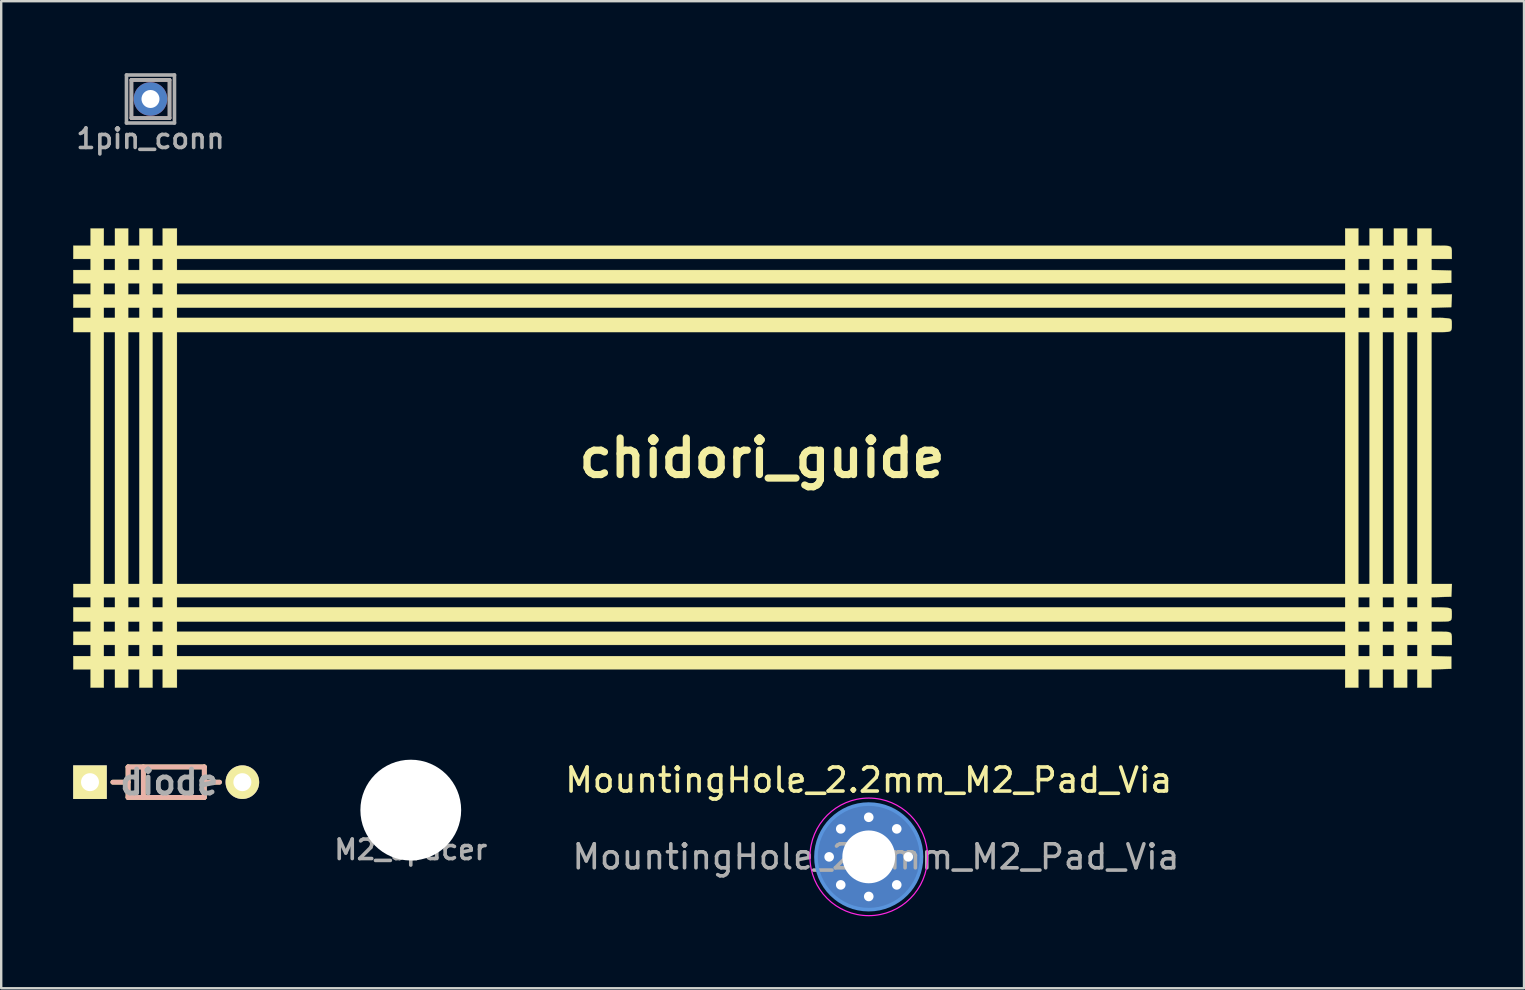
<source format=kicad_pcb>
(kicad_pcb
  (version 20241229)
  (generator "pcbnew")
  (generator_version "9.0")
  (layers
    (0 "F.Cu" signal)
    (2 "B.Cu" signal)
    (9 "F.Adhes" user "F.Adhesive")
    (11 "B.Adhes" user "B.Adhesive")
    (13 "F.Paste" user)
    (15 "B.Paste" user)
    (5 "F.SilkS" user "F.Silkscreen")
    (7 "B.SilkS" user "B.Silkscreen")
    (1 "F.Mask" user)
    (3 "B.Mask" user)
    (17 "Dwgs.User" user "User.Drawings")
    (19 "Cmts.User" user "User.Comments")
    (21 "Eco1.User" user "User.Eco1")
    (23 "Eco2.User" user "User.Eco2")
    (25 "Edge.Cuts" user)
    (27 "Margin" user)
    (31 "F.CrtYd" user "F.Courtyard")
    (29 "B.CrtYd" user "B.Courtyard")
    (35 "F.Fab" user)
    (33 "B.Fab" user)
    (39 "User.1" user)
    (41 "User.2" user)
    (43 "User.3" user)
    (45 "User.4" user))
  (footprint "1pin_conn"
    (layer "F.Cu")
    (at 3.221 1.075)
    (property "Reference" "1pin_conn" (at 0 1.651 0) (layer "F.Fab") (effects (font (size 0.813 0.813) (thickness 0.15))))
    (attr through_hole)
    (fp_line (start -0.794 -0.794) (end -0.794 0.794) (stroke (width 0.15) (type solid)) (layer "B.SilkS"))
    (fp_line (start -0.794 0.794) (end 0.794 0.794) (stroke (width 0.15) (type solid)) (layer "B.SilkS"))
    (fp_line (start 0.794 -0.794) (end -0.794 -0.794) (stroke (width 0.15) (type solid)) (layer "B.SilkS"))
    (fp_line (start 0.794 0.794) (end 0.794 -0.794) (stroke (width 0.15) (type solid)) (layer "B.SilkS"))
    (fp_line (start -1 -1) (end -1 1) (stroke (width 0.15) (type solid)) (layer "F.Fab"))
    (fp_line (start -1 1) (end 1 1) (stroke (width 0.15) (type solid)) (layer "F.Fab"))
    (fp_line (start -0.794 -0.794) (end 0.794 -0.794) (stroke (width 0.15) (type solid)) (layer "F.Fab"))
    (fp_line (start -0.794 0.794) (end -0.794 -0.794) (stroke (width 0.15) (type solid)) (layer "F.Fab"))
    (fp_line (start 0.794 -0.794) (end 0.794 0.794) (stroke (width 0.15) (type solid)) (layer "F.Fab"))
    (fp_line (start 0.794 0.794) (end -0.794 0.794) (stroke (width 0.15) (type solid)) (layer "F.Fab"))
    (fp_line (start 1 -1) (end -1 -1) (stroke (width 0.15) (type solid)) (layer "F.Fab"))
    (fp_line (start 1 1) (end 1 -1) (stroke (width 0.15) (type solid)) (layer "F.Fab"))
    (pad "1" thru_hole circle (at 0 0) (size 1.4 1.4) (drill 0.75) (layers "*.Cu" "*.Mask")))
  (footprint "MountingHole_2.2mm_M2_Pad_Via"
    (layer "F.Cu")
    (at 33.153 32.658)
    (property "Reference" "MountingHole_2.2mm_M2_Pad_Via" (at 0 -3.2 0) (layer "F.SilkS") (effects (font (size 1 1) (thickness 0.15))))
    (attr exclude_from_pos_files exclude_from_bom)
    (fp_circle (center 0 0) (end 2.2 0) (stroke (width 0.15) (type solid)) (fill no) (layer "Cmts.User"))
    (fp_circle (center 0 0) (end 2.45 0) (stroke (width 0.05) (type solid)) (fill no) (layer "F.CrtYd"))
    (fp_text user "${REFERENCE}" (at 0.3 0 0) (layer "F.Fab") (effects (font (size 1 1) (thickness 0.15))))
    (pad "1" thru_hole circle (at -1.65 0) (size 0.7 0.7) (drill 0.4) (layers "*.Cu" "*.Mask"))
    (pad "1" thru_hole circle (at -1.167 -1.167) (size 0.7 0.7) (drill 0.4) (layers "*.Cu" "*.Mask"))
    (pad "1" thru_hole circle (at -1.167 1.167) (size 0.7 0.7) (drill 0.4) (layers "*.Cu" "*.Mask"))
    (pad "1" thru_hole circle (at 0 -1.65) (size 0.7 0.7) (drill 0.4) (layers "*.Cu" "*.Mask"))
    (pad "1" thru_hole circle (at 0 0) (size 4.4 4.4) (drill 2.2) (layers "*.Cu" "*.Mask"))
    (pad "1" thru_hole circle (at 0 1.65) (size 0.7 0.7) (drill 0.4) (layers "*.Cu" "*.Mask"))
    (pad "1" thru_hole circle (at 1.167 -1.167) (size 0.7 0.7) (drill 0.4) (layers "*.Cu" "*.Mask"))
    (pad "1" thru_hole circle (at 1.167 1.167) (size 0.7 0.7) (drill 0.4) (layers "*.Cu" "*.Mask"))
    (pad "1" thru_hole circle (at 1.65 0) (size 0.7 0.7) (drill 0.4) (layers "*.Cu" "*.Mask")))
  (footprint "chidori_guide"
    (layer "F.Cu")
    (at 28.707 16.037)
    (property "Reference" "chidori_guide" (at 0 0 0) (layer "F.SilkS") (effects (font (size 1.524 1.524) (thickness 0.3))))
    (attr through_hole)
    (fp_poly (pts (xy -27.432 -8.848) (xy -26.966 -8.848) (xy -26.966 -9.567) (xy -26.416 -9.567) (xy -26.416 -8.848) (xy -25.95 -8.848) (xy -25.95 -9.567) (xy -25.4 -9.567) (xy -25.4 -8.848) (xy -24.977 -8.848) (xy -24.977 -9.567) (xy -24.384 -9.567) (xy -24.384 -8.848) (xy 24.299 -8.848) (xy 24.299 -9.567) (xy 24.85 -9.567) (xy 24.85 -8.848) (xy 25.315 -8.848) (xy 25.315 -9.567) (xy 25.866 -9.567) (xy 25.866 -8.848) (xy 26.331 -8.848) (xy 26.331 -9.567) (xy 26.882 -9.567) (xy 26.882 -8.848) (xy 27.305 -8.848) (xy 27.305 -9.567) (xy 27.898 -9.567) (xy 27.898 -8.848) (xy 28.254 -8.848) (xy 28.464 -8.846) (xy 28.603 -8.835) (xy 28.686 -8.807) (xy 28.728 -8.751) (xy 28.743 -8.66) (xy 28.744 -8.547) (xy 28.744 -8.297) (xy 27.898 -8.297) (xy 27.898 -7.835) (xy 28.31 -7.823) (xy 28.723 -7.811) (xy 28.723 -7.303) (xy 27.898 -7.278) (xy 27.898 -6.816) (xy 28.748 -6.816) (xy 28.736 -6.551) (xy 28.723 -6.287) (xy 27.898 -6.262) (xy 27.898 -5.842) (xy 28.189 -5.842) (xy 28.36 -5.838) (xy 28.516 -5.828) (xy 28.612 -5.816) (xy 28.686 -5.796) (xy 28.726 -5.762) (xy 28.742 -5.69) (xy 28.744 -5.558) (xy 28.744 -5.545) (xy 28.742 -5.419) (xy 28.724 -5.335) (xy 28.677 -5.284) (xy 28.586 -5.259) (xy 28.436 -5.25) (xy 28.254 -5.249) (xy 27.898 -5.249) (xy 27.898 5.249) (xy 28.748 5.249) (xy 28.736 5.514) (xy 28.723 5.779) (xy 27.898 5.803) (xy 27.898 6.223) (xy 28.189 6.223) (xy 28.36 6.227) (xy 28.516 6.237) (xy 28.612 6.249) (xy 28.686 6.269) (xy 28.726 6.303) (xy 28.742 6.375) (xy 28.744 6.507) (xy 28.744 6.52) (xy 28.742 6.646) (xy 28.724 6.73) (xy 28.677 6.781) (xy 28.586 6.806) (xy 28.436 6.815) (xy 28.254 6.816) (xy 27.898 6.816) (xy 27.898 7.239) (xy 28.254 7.239) (xy 28.464 7.241) (xy 28.603 7.251) (xy 28.686 7.28) (xy 28.728 7.335) (xy 28.743 7.426) (xy 28.744 7.54) (xy 28.744 7.789) (xy 27.898 7.789) (xy 27.898 8.252) (xy 28.31 8.264) (xy 28.723 8.276) (xy 28.723 8.784) (xy 27.898 8.808) (xy 27.898 9.567) (xy 27.305 9.567) (xy 27.305 8.805) (xy 26.882 8.805) (xy 26.882 9.567) (xy 26.331 9.567) (xy 26.331 8.805) (xy 25.866 8.805) (xy 25.866 9.567) (xy 25.315 9.567) (xy 25.315 8.805) (xy 24.85 8.805) (xy 24.85 9.567) (xy 24.299 9.567) (xy 24.299 8.805) (xy -24.384 8.805) (xy -24.384 9.567) (xy -24.977 9.567) (xy -24.977 8.805) (xy -25.4 8.805) (xy -25.4 9.567) (xy -25.95 9.567) (xy -25.95 8.805) (xy -26.416 8.805) (xy -26.416 9.567) (xy -26.966 9.567) (xy -26.966 8.805) (xy -27.432 8.805) (xy -27.432 9.567) (xy -27.982 9.567) (xy -27.982 8.805) (xy -28.702 8.805) (xy -28.702 8.255) (xy -27.982 8.255) (xy -27.982 7.789) (xy -27.432 7.789) (xy -27.432 8.255) (xy -26.966 8.255) (xy -26.966 7.789) (xy -26.416 7.789) (xy -26.416 8.255) (xy -25.95 8.255) (xy -25.95 7.789) (xy -25.4 7.789) (xy -25.4 8.255) (xy -24.977 8.255) (xy -24.977 7.789) (xy -24.384 7.789) (xy -24.384 8.255) (xy 24.299 8.255) (xy 24.299 7.789) (xy 24.85 7.789) (xy 24.85 8.255) (xy 25.315 8.255) (xy 25.315 7.789) (xy 25.866 7.789) (xy 25.866 8.255) (xy 26.331 8.255) (xy 26.331 7.789) (xy 26.882 7.789) (xy 26.882 8.255) (xy 27.305 8.255) (xy 27.305 7.789) (xy 26.882 7.789) (xy 26.331 7.789) (xy 25.866 7.789) (xy 25.315 7.789) (xy 24.85 7.789) (xy 24.299 7.789) (xy -24.384 7.789) (xy -24.977 7.789) (xy -25.4 7.789) (xy -25.95 7.789) (xy -26.416 7.789) (xy -26.966 7.789) (xy -27.432 7.789) (xy -27.982 7.789) (xy -28.702 7.789) (xy -28.702 7.239) (xy -27.982 7.239) (xy -27.982 6.816) (xy -27.432 6.816) (xy -27.432 7.239) (xy -26.966 7.239) (xy -26.966 6.816) (xy -26.416 6.816) (xy -26.416 7.239) (xy -25.95 7.239) (xy -25.95 6.816) (xy -25.4 6.816) (xy -25.4 7.239) (xy -24.977 7.239) (xy -24.977 6.816) (xy -24.384 6.816) (xy -24.384 7.239) (xy 24.299 7.239) (xy 24.299 6.816) (xy 24.85 6.816) (xy 24.85 7.239) (xy 25.315 7.239) (xy 25.315 6.816) (xy 25.866 6.816) (xy 25.866 7.239) (xy 26.331 7.239) (xy 26.331 6.816) (xy 26.882 6.816) (xy 26.882 7.239) (xy 27.305 7.239) (xy 27.305 6.816) (xy 26.882 6.816) (xy 26.331 6.816) (xy 25.866 6.816) (xy 25.315 6.816) (xy 24.85 6.816) (xy 24.299 6.816) (xy -24.384 6.816) (xy -24.977 6.816) (xy -25.4 6.816) (xy -25.95 6.816) (xy -26.416 6.816) (xy -26.966 6.816) (xy -27.432 6.816) (xy -27.982 6.816) (xy -28.702 6.816) (xy -28.702 6.223) (xy -27.982 6.223) (xy -27.982 5.8) (xy -27.432 5.8) (xy -27.432 6.223) (xy -26.966 6.223) (xy -26.966 5.8) (xy -26.416 5.8) (xy -26.416 6.223) (xy -25.95 6.223) (xy -25.95 5.8) (xy -25.4 5.8) (xy -25.4 6.223) (xy -24.977 6.223) (xy -24.977 5.8) (xy -24.384 5.8) (xy -24.384 6.223) (xy 24.299 6.223) (xy 24.299 5.8) (xy 24.85 5.8) (xy 24.85 6.223) (xy 25.315 6.223) (xy 25.315 5.8) (xy 25.866 5.8) (xy 25.866 6.223) (xy 26.331 6.223) (xy 26.331 5.8) (xy 26.882 5.8) (xy 26.882 6.223) (xy 27.305 6.223) (xy 27.305 5.8) (xy 26.882 5.8) (xy 26.331 5.8) (xy 25.866 5.8) (xy 25.315 5.8) (xy 24.85 5.8) (xy 24.299 5.8) (xy -24.384 5.8) (xy -24.977 5.8) (xy -25.4 5.8) (xy -25.95 5.8) (xy -26.416 5.8) (xy -26.966 5.8) (xy -27.432 5.8) (xy -27.982 5.8) (xy -28.702 5.8) (xy -28.702 5.249) (xy -27.982 5.249) (xy -27.982 -5.249) (xy -27.432 -5.249) (xy -27.432 5.249) (xy -26.966 5.249) (xy -26.966 -5.249) (xy -26.416 -5.249) (xy -26.416 5.249) (xy -25.95 5.249) (xy -25.95 -5.249) (xy -25.4 -5.249) (xy -25.4 5.249) (xy -24.977 5.249) (xy -24.977 -5.249) (xy -24.384 -5.249) (xy -24.384 5.249) (xy 24.299 5.249) (xy 24.299 -5.249) (xy 24.85 -5.249) (xy 24.85 5.249) (xy 25.315 5.249) (xy 25.315 -5.249) (xy 25.866 -5.249) (xy 25.866 5.249) (xy 26.331 5.249) (xy 26.331 -5.249) (xy 26.882 -5.249) (xy 26.882 5.249) (xy 27.305 5.249) (xy 27.305 -5.249) (xy 26.882 -5.249) (xy 26.331 -5.249) (xy 25.866 -5.249) (xy 25.315 -5.249) (xy 24.85 -5.249) (xy 24.299 -5.249) (xy -24.384 -5.249) (xy -24.977 -5.249) (xy -25.4 -5.249) (xy -25.95 -5.249) (xy -26.416 -5.249) (xy -26.966 -5.249) (xy -27.432 -5.249) (xy -27.982 -5.249) (xy -28.702 -5.249) (xy -28.702 -5.842) (xy -27.982 -5.842) (xy -27.982 -6.265) (xy -27.432 -6.265) (xy -27.432 -5.842) (xy -26.966 -5.842) (xy -26.966 -6.265) (xy -26.416 -6.265) (xy -26.416 -5.842) (xy -25.95 -5.842) (xy -25.95 -6.265) (xy -25.4 -6.265) (xy -25.4 -5.842) (xy -24.977 -5.842) (xy -24.977 -6.265) (xy -24.384 -6.265) (xy -24.384 -5.842) (xy 24.299 -5.842) (xy 24.299 -6.265) (xy 24.85 -6.265) (xy 24.85 -5.842) (xy 25.315 -5.842) (xy 25.315 -6.265) (xy 25.866 -6.265) (xy 25.866 -5.842) (xy 26.331 -5.842) (xy 26.331 -6.265) (xy 26.882 -6.265) (xy 26.882 -5.842) (xy 27.305 -5.842) (xy 27.305 -6.265) (xy 26.882 -6.265) (xy 26.331 -6.265) (xy 25.866 -6.265) (xy 25.315 -6.265) (xy 24.85 -6.265) (xy 24.299 -6.265) (xy -24.384 -6.265) (xy -24.977 -6.265) (xy -25.4 -6.265) (xy -25.95 -6.265) (xy -26.416 -6.265) (xy -26.966 -6.265) (xy -27.432 -6.265) (xy -27.982 -6.265) (xy -28.702 -6.265) (xy -28.702 -6.816) (xy -27.982 -6.816) (xy -27.982 -7.281) (xy -27.432 -7.281) (xy -27.432 -6.816) (xy -26.966 -6.816) (xy -26.966 -7.281) (xy -26.416 -7.281) (xy -26.416 -6.816) (xy -25.95 -6.816) (xy -25.95 -7.281) (xy -25.4 -7.281) (xy -25.4 -6.816) (xy -24.977 -6.816) (xy -24.977 -7.281) (xy -24.384 -7.281) (xy -24.384 -6.816) (xy 24.299 -6.816) (xy 24.299 -7.281) (xy 24.85 -7.281) (xy 24.85 -6.816) (xy 25.315 -6.816) (xy 25.315 -7.281) (xy 25.866 -7.281) (xy 25.866 -6.816) (xy 26.331 -6.816) (xy 26.331 -7.281) (xy 26.882 -7.281) (xy 26.882 -6.816) (xy 27.305 -6.816) (xy 27.305 -7.281) (xy 26.882 -7.281) (xy 26.331 -7.281) (xy 25.866 -7.281) (xy 25.315 -7.281) (xy 24.85 -7.281) (xy 24.299 -7.281) (xy -24.384 -7.281) (xy -24.977 -7.281) (xy -25.4 -7.281) (xy -25.95 -7.281) (xy -26.416 -7.281) (xy -26.966 -7.281) (xy -27.432 -7.281) (xy -27.982 -7.281) (xy -28.702 -7.281) (xy -28.702 -7.832) (xy -27.982 -7.832) (xy -27.982 -8.297) (xy -27.432 -8.297) (xy -27.432 -7.832) (xy -26.966 -7.832) (xy -26.966 -8.297) (xy -26.416 -8.297) (xy -26.416 -7.832) (xy -25.95 -7.832) (xy -25.95 -8.297) (xy -25.4 -8.297) (xy -25.4 -7.832) (xy -24.977 -7.832) (xy -24.977 -8.297) (xy -24.384 -8.297) (xy -24.384 -7.832) (xy 24.299 -7.832) (xy 24.299 -8.297) (xy 24.85 -8.297) (xy 24.85 -7.832) (xy 25.315 -7.832) (xy 25.315 -8.297) (xy 25.866 -8.297) (xy 25.866 -7.832) (xy 26.331 -7.832) (xy 26.331 -8.297) (xy 26.882 -8.297) (xy 26.882 -7.832) (xy 27.305 -7.832) (xy 27.305 -8.297) (xy 26.882 -8.297) (xy 26.331 -8.297) (xy 25.866 -8.297) (xy 25.315 -8.297) (xy 24.85 -8.297) (xy 24.299 -8.297) (xy -24.384 -8.297) (xy -24.977 -8.297) (xy -25.4 -8.297) (xy -25.95 -8.297) (xy -26.416 -8.297) (xy -26.966 -8.297) (xy -27.432 -8.297) (xy -27.982 -8.297) (xy -28.702 -8.297) (xy -28.702 -8.848) (xy -27.982 -8.848) (xy -27.982 -9.567) (xy -27.432 -9.567) (xy -27.432 -8.848)) (stroke (width 0.01) (type solid)) (fill yes) (layer "F.SilkS")))
  (footprint "M2_spacer"
    (layer "F.Cu")
    (at 14.068 30.709)
    (property "Reference" "M2_spacer" (at 0 1.651 0) (layer "F.Fab") (effects (font (size 0.813 0.813) (thickness 0.15))))
    (attr through_hole)
    (pad "" np_thru_hole circle (at 0 0) (size 4.2 4.2) (drill 4.2) (layers "*.Cu" "*.Mask")))
  (footprint "diode"
    (layer "F.Cu")
    (at 0.7 29.545)
    (property "Reference" "diode" (at 3.302 0 0) (layer "F.Fab") (effects (font (size 1 1) (thickness 0.2))))
    (attr through_hole)
    (fp_line (start 1.587 -0.635) (end 4.763 -0.635) (stroke (width 0.2) (type solid)) (layer "F.SilkS"))
    (fp_line (start 1.587 0) (end 0.953 0) (stroke (width 0.2) (type solid)) (layer "F.SilkS"))
    (fp_line (start 1.587 0.635) (end 1.587 -0.635) (stroke (width 0.2) (type solid)) (layer "F.SilkS"))
    (fp_line (start 2.223 -0.635) (end 2.223 0.635) (stroke (width 0.2) (type solid)) (layer "F.SilkS"))
    (fp_line (start 4.763 -0.635) (end 4.763 0.635) (stroke (width 0.2) (type solid)) (layer "F.SilkS"))
    (fp_line (start 4.763 0) (end 5.397 0) (stroke (width 0.2) (type solid)) (layer "F.SilkS"))
    (fp_line (start 4.763 0.635) (end 1.587 0.635) (stroke (width 0.2) (type solid)) (layer "F.SilkS"))
    (fp_line (start 1.587 -0.635) (end 1.587 0.635) (stroke (width 0.2) (type solid)) (layer "B.SilkS"))
    (fp_line (start 1.587 0) (end 0.953 0) (stroke (width 0.2) (type solid)) (layer "B.SilkS"))
    (fp_line (start 1.587 0.635) (end 4.763 0.635) (stroke (width 0.2) (type solid)) (layer "B.SilkS"))
    (fp_line (start 2.223 -0.635) (end 2.223 0.635) (stroke (width 0.2) (type solid)) (layer "B.SilkS"))
    (fp_line (start 4.763 -0.635) (end 1.587 -0.635) (stroke (width 0.2) (type solid)) (layer "B.SilkS"))
    (fp_line (start 4.763 0) (end 5.397 0) (stroke (width 0.2) (type solid)) (layer "B.SilkS"))
    (fp_line (start 4.763 0.635) (end 4.763 -0.635) (stroke (width 0.2) (type solid)) (layer "B.SilkS"))
    (pad "1" thru_hole rect (at 0 0) (size 1.4 1.4) (drill 0.75) (layers "*.Cu" "*.Mask" "F.SilkS"))
    (pad "2" thru_hole circle (at 6.35 0) (size 1.4 1.4) (drill 0.75) (layers "*.Cu" "*.Mask" "F.SilkS")))
  (gr_rect
    (start -3 -3)
    (end 60.46 38.133)
    (stroke (width 0.1) (type default))
    (fill no)
    (layer "Edge.Cuts")))
</source>
